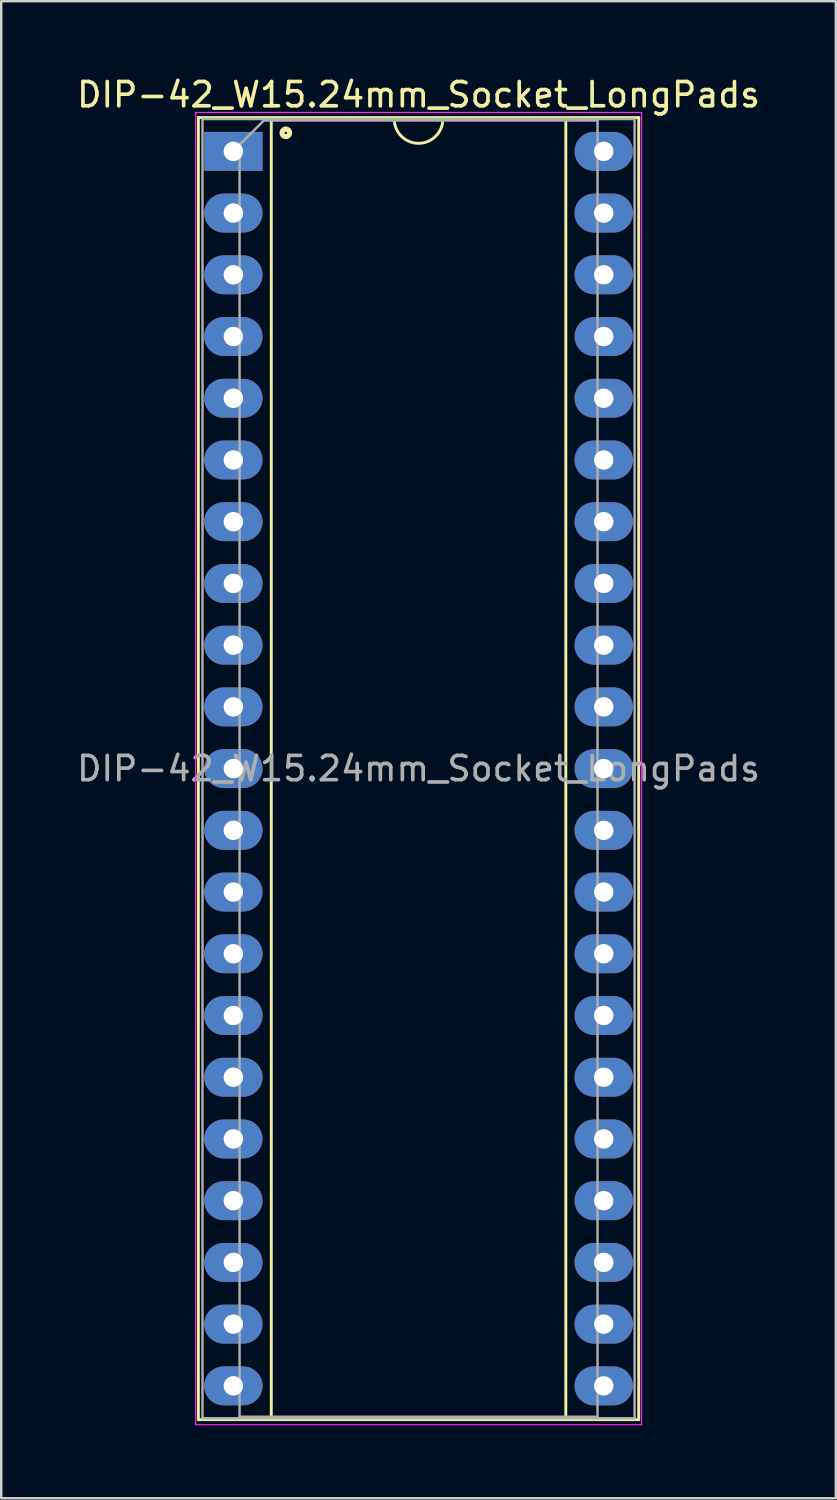
<source format=kicad_pcb>
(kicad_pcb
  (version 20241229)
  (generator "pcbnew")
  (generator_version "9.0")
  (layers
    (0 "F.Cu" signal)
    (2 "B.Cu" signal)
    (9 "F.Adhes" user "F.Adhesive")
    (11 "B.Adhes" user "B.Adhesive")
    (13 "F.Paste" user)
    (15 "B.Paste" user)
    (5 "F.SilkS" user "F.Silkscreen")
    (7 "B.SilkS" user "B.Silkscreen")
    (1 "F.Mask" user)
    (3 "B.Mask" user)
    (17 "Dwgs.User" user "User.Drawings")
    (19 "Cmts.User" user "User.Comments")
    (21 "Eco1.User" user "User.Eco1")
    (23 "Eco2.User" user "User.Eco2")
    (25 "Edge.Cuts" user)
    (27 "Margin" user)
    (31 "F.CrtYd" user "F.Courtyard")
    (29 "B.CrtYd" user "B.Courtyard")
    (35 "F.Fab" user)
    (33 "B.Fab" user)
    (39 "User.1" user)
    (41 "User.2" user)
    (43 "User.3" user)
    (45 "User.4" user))
  (footprint "DIP-42_W15.24mm_Socket_LongPads"
    (layer "F.Cu")
    (at 6.553 3.178)
    (property "Reference" "DIP-42_W15.24mm_Socket_LongPads" (at 7.62 -2.33 0) (layer "F.SilkS") (effects (font (size 1 1) (thickness 0.15))))
    (attr through_hole)
    (fp_line (start -1.44 -1.39) (end -1.44 52.19) (stroke (width 0.12) (type solid)) (layer "F.SilkS"))
    (fp_line (start -1.44 52.19) (end 16.68 52.19) (stroke (width 0.12) (type solid)) (layer "F.SilkS"))
    (fp_line (start 1.56 -1.33) (end 1.56 52.13) (stroke (width 0.12) (type solid)) (layer "F.SilkS"))
    (fp_line (start 1.56 52.13) (end 13.68 52.13) (stroke (width 0.12) (type solid)) (layer "F.SilkS"))
    (fp_line (start 6.62 -1.33) (end 1.56 -1.33) (stroke (width 0.12) (type solid)) (layer "F.SilkS"))
    (fp_line (start 13.68 -1.33) (end 8.62 -1.33) (stroke (width 0.12) (type solid)) (layer "F.SilkS"))
    (fp_line (start 13.68 52.13) (end 13.68 -1.33) (stroke (width 0.12) (type solid)) (layer "F.SilkS"))
    (fp_line (start 16.68 -1.39) (end -1.44 -1.39) (stroke (width 0.12) (type solid)) (layer "F.SilkS"))
    (fp_line (start 16.68 52.19) (end 16.68 -1.39) (stroke (width 0.12) (type solid)) (layer "F.SilkS"))
    (fp_arc (start 8.62 -1.33) (mid 7.62 -0.33) (end 6.62 -1.33) (stroke (width 0.12) (type solid)) (layer "F.SilkS"))
    (fp_circle (center 2.159 -0.762) (end 2.209 -0.762) (stroke (width 0.12) (type solid)) (fill no) (layer "F.SilkS"))
    (fp_circle (center 2.159 -0.762) (end 2.284 -0.762) (stroke (width 0.12) (type solid)) (fill no) (layer "F.SilkS"))
    (fp_circle (center 2.159 -0.762) (end 2.359 -0.762) (stroke (width 0.12) (type solid)) (fill no) (layer "F.SilkS"))
    (fp_line (start -1.55 -1.6) (end -1.55 52.4) (stroke (width 0.05) (type solid)) (layer "F.CrtYd"))
    (fp_line (start -1.55 52.4) (end 16.8 52.4) (stroke (width 0.05) (type solid)) (layer "F.CrtYd"))
    (fp_line (start 16.8 -1.6) (end -1.55 -1.6) (stroke (width 0.05) (type solid)) (layer "F.CrtYd"))
    (fp_line (start 16.8 52.4) (end 16.8 -1.6) (stroke (width 0.05) (type solid)) (layer "F.CrtYd"))
    (fp_line (start -1.27 -1.33) (end -1.27 52.13) (stroke (width 0.1) (type solid)) (layer "F.Fab"))
    (fp_line (start -1.27 52.13) (end 16.51 52.13) (stroke (width 0.1) (type solid)) (layer "F.Fab"))
    (fp_line (start 0.255 -0.27) (end 1.255 -1.27) (stroke (width 0.1) (type solid)) (layer "F.Fab"))
    (fp_line (start 0.255 52.07) (end 0.255 -0.27) (stroke (width 0.1) (type solid)) (layer "F.Fab"))
    (fp_line (start 1.255 -1.27) (end 14.985 -1.27) (stroke (width 0.1) (type solid)) (layer "F.Fab"))
    (fp_line (start 14.985 -1.27) (end 14.985 52.07) (stroke (width 0.1) (type solid)) (layer "F.Fab"))
    (fp_line (start 14.985 52.07) (end 0.255 52.07) (stroke (width 0.1) (type solid)) (layer "F.Fab"))
    (fp_line (start 16.51 -1.33) (end -1.27 -1.33) (stroke (width 0.1) (type solid)) (layer "F.Fab"))
    (fp_line (start 16.51 52.13) (end 16.51 -1.33) (stroke (width 0.1) (type solid)) (layer "F.Fab"))
    (fp_text user "${REFERENCE}" (at 7.62 25.4 0) (layer "F.Fab") (effects (font (size 1 1) (thickness 0.15))))
    (pad "1" thru_hole rect (at 0 0) (size 2.4 1.6) (drill 0.8) (layers "*.Cu" "*.Mask"))
    (pad "2" thru_hole oval (at 0 2.54) (size 2.4 1.6) (drill 0.8) (layers "*.Cu" "*.Mask"))
    (pad "3" thru_hole oval (at 0 5.08) (size 2.4 1.6) (drill 0.8) (layers "*.Cu" "*.Mask"))
    (pad "4" thru_hole oval (at 0 7.62) (size 2.4 1.6) (drill 0.8) (layers "*.Cu" "*.Mask"))
    (pad "5" thru_hole oval (at 0 10.16) (size 2.4 1.6) (drill 0.8) (layers "*.Cu" "*.Mask"))
    (pad "6" thru_hole oval (at 0 12.7) (size 2.4 1.6) (drill 0.8) (layers "*.Cu" "*.Mask"))
    (pad "7" thru_hole oval (at 0 15.24) (size 2.4 1.6) (drill 0.8) (layers "*.Cu" "*.Mask"))
    (pad "8" thru_hole oval (at 0 17.78) (size 2.4 1.6) (drill 0.8) (layers "*.Cu" "*.Mask"))
    (pad "9" thru_hole oval (at 0 20.32) (size 2.4 1.6) (drill 0.8) (layers "*.Cu" "*.Mask"))
    (pad "10" thru_hole oval (at 0 22.86) (size 2.4 1.6) (drill 0.8) (layers "*.Cu" "*.Mask"))
    (pad "11" thru_hole oval (at 0 25.4) (size 2.4 1.6) (drill 0.8) (layers "*.Cu" "*.Mask"))
    (pad "12" thru_hole oval (at 0 27.94) (size 2.4 1.6) (drill 0.8) (layers "*.Cu" "*.Mask"))
    (pad "13" thru_hole oval (at 0 30.48) (size 2.4 1.6) (drill 0.8) (layers "*.Cu" "*.Mask"))
    (pad "14" thru_hole oval (at 0 33.02) (size 2.4 1.6) (drill 0.8) (layers "*.Cu" "*.Mask"))
    (pad "15" thru_hole oval (at 0 35.56) (size 2.4 1.6) (drill 0.8) (layers "*.Cu" "*.Mask"))
    (pad "16" thru_hole oval (at 0 38.1) (size 2.4 1.6) (drill 0.8) (layers "*.Cu" "*.Mask"))
    (pad "17" thru_hole oval (at 0 40.64) (size 2.4 1.6) (drill 0.8) (layers "*.Cu" "*.Mask"))
    (pad "18" thru_hole oval (at 0 43.18) (size 2.4 1.6) (drill 0.8) (layers "*.Cu" "*.Mask"))
    (pad "19" thru_hole oval (at 0 45.72) (size 2.4 1.6) (drill 0.8) (layers "*.Cu" "*.Mask"))
    (pad "20" thru_hole oval (at 0 48.26) (size 2.4 1.6) (drill 0.8) (layers "*.Cu" "*.Mask"))
    (pad "21" thru_hole oval (at 0 50.8) (size 2.4 1.6) (drill 0.8) (layers "*.Cu" "*.Mask"))
    (pad "22" thru_hole oval (at 15.24 50.8) (size 2.4 1.6) (drill 0.8) (layers "*.Cu" "*.Mask"))
    (pad "23" thru_hole oval (at 15.24 48.26) (size 2.4 1.6) (drill 0.8) (layers "*.Cu" "*.Mask"))
    (pad "24" thru_hole oval (at 15.24 45.72) (size 2.4 1.6) (drill 0.8) (layers "*.Cu" "*.Mask"))
    (pad "25" thru_hole oval (at 15.24 43.18) (size 2.4 1.6) (drill 0.8) (layers "*.Cu" "*.Mask"))
    (pad "26" thru_hole oval (at 15.24 40.64) (size 2.4 1.6) (drill 0.8) (layers "*.Cu" "*.Mask"))
    (pad "27" thru_hole oval (at 15.24 38.1) (size 2.4 1.6) (drill 0.8) (layers "*.Cu" "*.Mask"))
    (pad "28" thru_hole oval (at 15.24 35.56) (size 2.4 1.6) (drill 0.8) (layers "*.Cu" "*.Mask"))
    (pad "29" thru_hole oval (at 15.24 33.02) (size 2.4 1.6) (drill 0.8) (layers "*.Cu" "*.Mask"))
    (pad "30" thru_hole oval (at 15.24 30.48) (size 2.4 1.6) (drill 0.8) (layers "*.Cu" "*.Mask"))
    (pad "31" thru_hole oval (at 15.24 27.94) (size 2.4 1.6) (drill 0.8) (layers "*.Cu" "*.Mask"))
    (pad "32" thru_hole oval (at 15.24 25.4) (size 2.4 1.6) (drill 0.8) (layers "*.Cu" "*.Mask"))
    (pad "33" thru_hole oval (at 15.24 22.86) (size 2.4 1.6) (drill 0.8) (layers "*.Cu" "*.Mask"))
    (pad "34" thru_hole oval (at 15.24 20.32) (size 2.4 1.6) (drill 0.8) (layers "*.Cu" "*.Mask"))
    (pad "35" thru_hole oval (at 15.24 17.78) (size 2.4 1.6) (drill 0.8) (layers "*.Cu" "*.Mask"))
    (pad "36" thru_hole oval (at 15.24 15.24) (size 2.4 1.6) (drill 0.8) (layers "*.Cu" "*.Mask"))
    (pad "37" thru_hole oval (at 15.24 12.7) (size 2.4 1.6) (drill 0.8) (layers "*.Cu" "*.Mask"))
    (pad "38" thru_hole oval (at 15.24 10.16) (size 2.4 1.6) (drill 0.8) (layers "*.Cu" "*.Mask"))
    (pad "39" thru_hole oval (at 15.24 7.62) (size 2.4 1.6) (drill 0.8) (layers "*.Cu" "*.Mask"))
    (pad "40" thru_hole oval (at 15.24 5.08) (size 2.4 1.6) (drill 0.8) (layers "*.Cu" "*.Mask"))
    (pad "41" thru_hole oval (at 15.24 2.54) (size 2.4 1.6) (drill 0.8) (layers "*.Cu" "*.Mask"))
    (pad "42" thru_hole oval (at 15.24 0) (size 2.4 1.6) (drill 0.8) (layers "*.Cu" "*.Mask")))
  (gr_rect
    (start -3 -3)
    (end 31.345 58.603)
    (stroke (width 0.1) (type default))
    (fill no)
    (layer "Edge.Cuts")))
</source>
